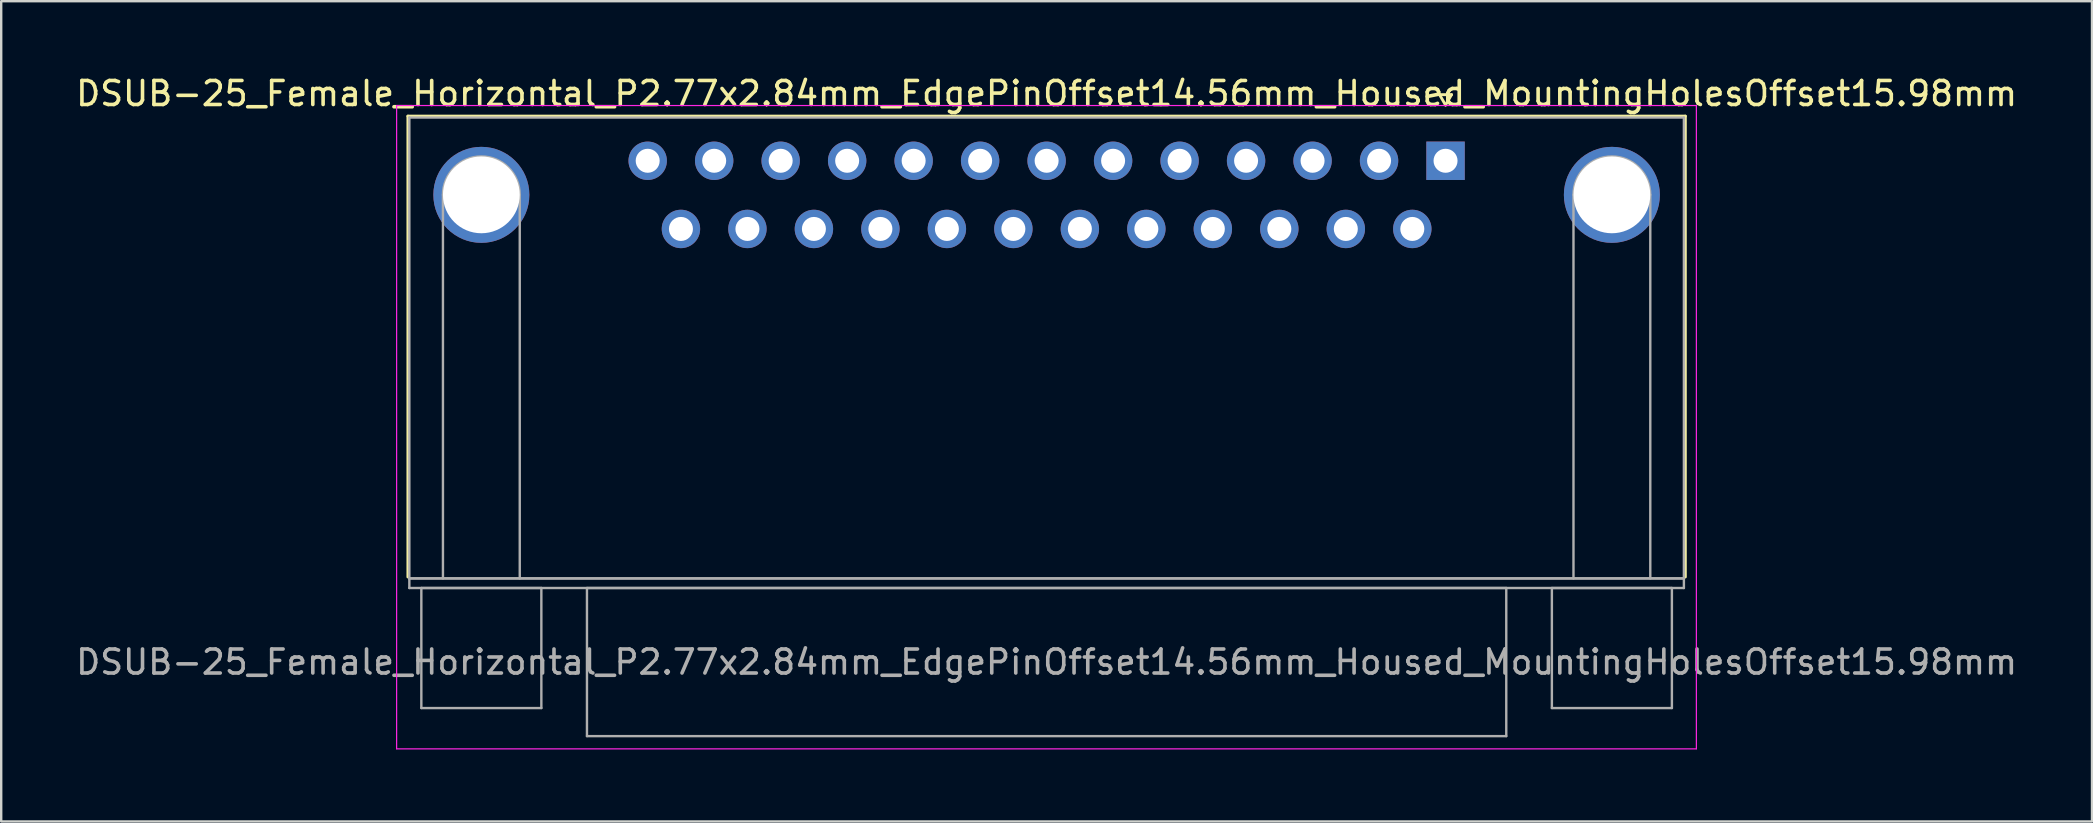
<source format=kicad_pcb>
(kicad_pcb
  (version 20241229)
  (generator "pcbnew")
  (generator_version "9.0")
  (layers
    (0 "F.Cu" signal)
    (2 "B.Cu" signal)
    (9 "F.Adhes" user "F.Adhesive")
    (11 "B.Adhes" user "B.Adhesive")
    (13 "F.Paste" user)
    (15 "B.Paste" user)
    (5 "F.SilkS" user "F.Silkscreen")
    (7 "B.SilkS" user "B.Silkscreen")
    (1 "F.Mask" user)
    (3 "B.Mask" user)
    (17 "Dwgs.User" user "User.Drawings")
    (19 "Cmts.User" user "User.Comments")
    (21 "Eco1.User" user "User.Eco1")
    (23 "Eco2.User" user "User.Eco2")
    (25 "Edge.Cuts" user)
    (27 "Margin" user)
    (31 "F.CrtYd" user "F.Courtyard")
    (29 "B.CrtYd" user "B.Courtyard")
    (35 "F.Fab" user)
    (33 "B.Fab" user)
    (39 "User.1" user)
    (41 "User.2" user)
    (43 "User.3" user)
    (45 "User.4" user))
  (footprint "DSUB-25_Female_Horizontal_P2.77x2.84mm_EdgePinOffset14.56mm_Housed_MountingHolesOffset15.98mm"
    (layer "F.Cu")
    (at 57.174 3.648)
    (property "Reference" "DSUB-25_Female_Horizontal_P2.77x2.84mm_EdgePinOffset14.56mm_Housed_MountingHolesOffset15.98mm" (at -16.62 -2.8 0) (layer "F.SilkS") (effects (font (size 1 1) (thickness 0.15))))
    (attr through_hole)
    (fp_line (start -43.23 -1.86) (end 9.99 -1.86) (stroke (width 0.12) (type solid)) (layer "F.SilkS"))
    (fp_line (start -43.23 17.34) (end -43.23 -1.86) (stroke (width 0.12) (type solid)) (layer "F.SilkS"))
    (fp_line (start -0.25 -2.754) (end 0.25 -2.754) (stroke (width 0.12) (type solid)) (layer "F.SilkS"))
    (fp_line (start 0 -2.321) (end -0.25 -2.754) (stroke (width 0.12) (type solid)) (layer "F.SilkS"))
    (fp_line (start 0.25 -2.754) (end 0 -2.321) (stroke (width 0.12) (type solid)) (layer "F.SilkS"))
    (fp_line (start 9.99 -1.86) (end 9.99 17.34) (stroke (width 0.12) (type solid)) (layer "F.SilkS"))
    (fp_line (start -43.7 -2.3) (end -43.7 24.5) (stroke (width 0.05) (type solid)) (layer "F.CrtYd"))
    (fp_line (start -43.7 24.5) (end 10.45 24.5) (stroke (width 0.05) (type solid)) (layer "F.CrtYd"))
    (fp_line (start 10.45 -2.3) (end -43.7 -2.3) (stroke (width 0.05) (type solid)) (layer "F.CrtYd"))
    (fp_line (start 10.45 24.5) (end 10.45 -2.3) (stroke (width 0.05) (type solid)) (layer "F.CrtYd"))
    (fp_line (start -43.17 -1.8) (end -43.17 17.4) (stroke (width 0.1) (type solid)) (layer "F.Fab"))
    (fp_line (start -43.17 17.4) (end -43.17 17.8) (stroke (width 0.1) (type solid)) (layer "F.Fab"))
    (fp_line (start -43.17 17.4) (end 9.93 17.4) (stroke (width 0.1) (type solid)) (layer "F.Fab"))
    (fp_line (start -43.17 17.8) (end 9.93 17.8) (stroke (width 0.1) (type solid)) (layer "F.Fab"))
    (fp_line (start -42.67 17.8) (end -42.67 22.8) (stroke (width 0.1) (type solid)) (layer "F.Fab"))
    (fp_line (start -42.67 22.8) (end -37.67 22.8) (stroke (width 0.1) (type solid)) (layer "F.Fab"))
    (fp_line (start -41.77 17.4) (end -41.77 1.42) (stroke (width 0.1) (type solid)) (layer "F.Fab"))
    (fp_line (start -38.57 17.4) (end -38.57 1.42) (stroke (width 0.1) (type solid)) (layer "F.Fab"))
    (fp_line (start -37.67 17.8) (end -42.67 17.8) (stroke (width 0.1) (type solid)) (layer "F.Fab"))
    (fp_line (start -37.67 22.8) (end -37.67 17.8) (stroke (width 0.1) (type solid)) (layer "F.Fab"))
    (fp_line (start -35.77 17.8) (end -35.77 23.97) (stroke (width 0.1) (type solid)) (layer "F.Fab"))
    (fp_line (start -35.77 23.97) (end 2.53 23.97) (stroke (width 0.1) (type solid)) (layer "F.Fab"))
    (fp_line (start 2.53 17.8) (end -35.77 17.8) (stroke (width 0.1) (type solid)) (layer "F.Fab"))
    (fp_line (start 2.53 23.97) (end 2.53 17.8) (stroke (width 0.1) (type solid)) (layer "F.Fab"))
    (fp_line (start 4.43 17.8) (end 4.43 22.8) (stroke (width 0.1) (type solid)) (layer "F.Fab"))
    (fp_line (start 4.43 22.8) (end 9.43 22.8) (stroke (width 0.1) (type solid)) (layer "F.Fab"))
    (fp_line (start 5.33 17.4) (end 5.33 1.42) (stroke (width 0.1) (type solid)) (layer "F.Fab"))
    (fp_line (start 8.53 17.4) (end 8.53 1.42) (stroke (width 0.1) (type solid)) (layer "F.Fab"))
    (fp_line (start 9.43 17.8) (end 4.43 17.8) (stroke (width 0.1) (type solid)) (layer "F.Fab"))
    (fp_line (start 9.43 22.8) (end 9.43 17.8) (stroke (width 0.1) (type solid)) (layer "F.Fab"))
    (fp_line (start 9.93 -1.8) (end -43.17 -1.8) (stroke (width 0.1) (type solid)) (layer "F.Fab"))
    (fp_line (start 9.93 17.4) (end -43.17 17.4) (stroke (width 0.1) (type solid)) (layer "F.Fab"))
    (fp_line (start 9.93 17.4) (end 9.93 -1.8) (stroke (width 0.1) (type solid)) (layer "F.Fab"))
    (fp_line (start 9.93 17.8) (end 9.93 17.4) (stroke (width 0.1) (type solid)) (layer "F.Fab"))
    (fp_arc (start -41.77 1.42) (mid -40.17 -0.18) (end -38.57 1.42) (stroke (width 0.1) (type solid)) (layer "F.Fab"))
    (fp_arc (start 5.33 1.42) (mid 6.93 -0.18) (end 8.53 1.42) (stroke (width 0.1) (type solid)) (layer "F.Fab"))
    (fp_text user "${REFERENCE}" (at -16.62 20.885 0) (layer "F.Fab") (effects (font (size 1 1) (thickness 0.15))))
    (pad "0" thru_hole circle (at -40.17 1.42) (size 4 4) (drill 3.2) (layers "*.Cu" "*.Mask"))
    (pad "0" thru_hole circle (at 6.93 1.42) (size 4 4) (drill 3.2) (layers "*.Cu" "*.Mask"))
    (pad "1" thru_hole rect (at 0 0) (size 1.6 1.6) (drill 1) (layers "*.Cu" "*.Mask"))
    (pad "2" thru_hole circle (at -2.77 0) (size 1.6 1.6) (drill 1) (layers "*.Cu" "*.Mask"))
    (pad "3" thru_hole circle (at -5.54 0) (size 1.6 1.6) (drill 1) (layers "*.Cu" "*.Mask"))
    (pad "4" thru_hole circle (at -8.31 0) (size 1.6 1.6) (drill 1) (layers "*.Cu" "*.Mask"))
    (pad "5" thru_hole circle (at -11.08 0) (size 1.6 1.6) (drill 1) (layers "*.Cu" "*.Mask"))
    (pad "6" thru_hole circle (at -13.85 0) (size 1.6 1.6) (drill 1) (layers "*.Cu" "*.Mask"))
    (pad "7" thru_hole circle (at -16.62 0) (size 1.6 1.6) (drill 1) (layers "*.Cu" "*.Mask"))
    (pad "8" thru_hole circle (at -19.39 0) (size 1.6 1.6) (drill 1) (layers "*.Cu" "*.Mask"))
    (pad "9" thru_hole circle (at -22.16 0) (size 1.6 1.6) (drill 1) (layers "*.Cu" "*.Mask"))
    (pad "10" thru_hole circle (at -24.93 0) (size 1.6 1.6) (drill 1) (layers "*.Cu" "*.Mask"))
    (pad "11" thru_hole circle (at -27.7 0) (size 1.6 1.6) (drill 1) (layers "*.Cu" "*.Mask"))
    (pad "12" thru_hole circle (at -30.47 0) (size 1.6 1.6) (drill 1) (layers "*.Cu" "*.Mask"))
    (pad "13" thru_hole circle (at -33.24 0) (size 1.6 1.6) (drill 1) (layers "*.Cu" "*.Mask"))
    (pad "14" thru_hole circle (at -1.385 2.84) (size 1.6 1.6) (drill 1) (layers "*.Cu" "*.Mask"))
    (pad "15" thru_hole circle (at -4.155 2.84) (size 1.6 1.6) (drill 1) (layers "*.Cu" "*.Mask"))
    (pad "16" thru_hole circle (at -6.925 2.84) (size 1.6 1.6) (drill 1) (layers "*.Cu" "*.Mask"))
    (pad "17" thru_hole circle (at -9.695 2.84) (size 1.6 1.6) (drill 1) (layers "*.Cu" "*.Mask"))
    (pad "18" thru_hole circle (at -12.465 2.84) (size 1.6 1.6) (drill 1) (layers "*.Cu" "*.Mask"))
    (pad "19" thru_hole circle (at -15.235 2.84) (size 1.6 1.6) (drill 1) (layers "*.Cu" "*.Mask"))
    (pad "20" thru_hole circle (at -18.005 2.84) (size 1.6 1.6) (drill 1) (layers "*.Cu" "*.Mask"))
    (pad "21" thru_hole circle (at -20.775 2.84) (size 1.6 1.6) (drill 1) (layers "*.Cu" "*.Mask"))
    (pad "22" thru_hole circle (at -23.545 2.84) (size 1.6 1.6) (drill 1) (layers "*.Cu" "*.Mask"))
    (pad "23" thru_hole circle (at -26.315 2.84) (size 1.6 1.6) (drill 1) (layers "*.Cu" "*.Mask"))
    (pad "24" thru_hole circle (at -29.085 2.84) (size 1.6 1.6) (drill 1) (layers "*.Cu" "*.Mask"))
    (pad "25" thru_hole circle (at -31.855 2.84) (size 1.6 1.6) (drill 1) (layers "*.Cu" "*.Mask")))
  (gr_rect
    (start -3 -3)
    (end 84.107 31.173)
    (stroke (width 0.1) (type default))
    (fill no)
    (layer "Edge.Cuts")))
</source>
